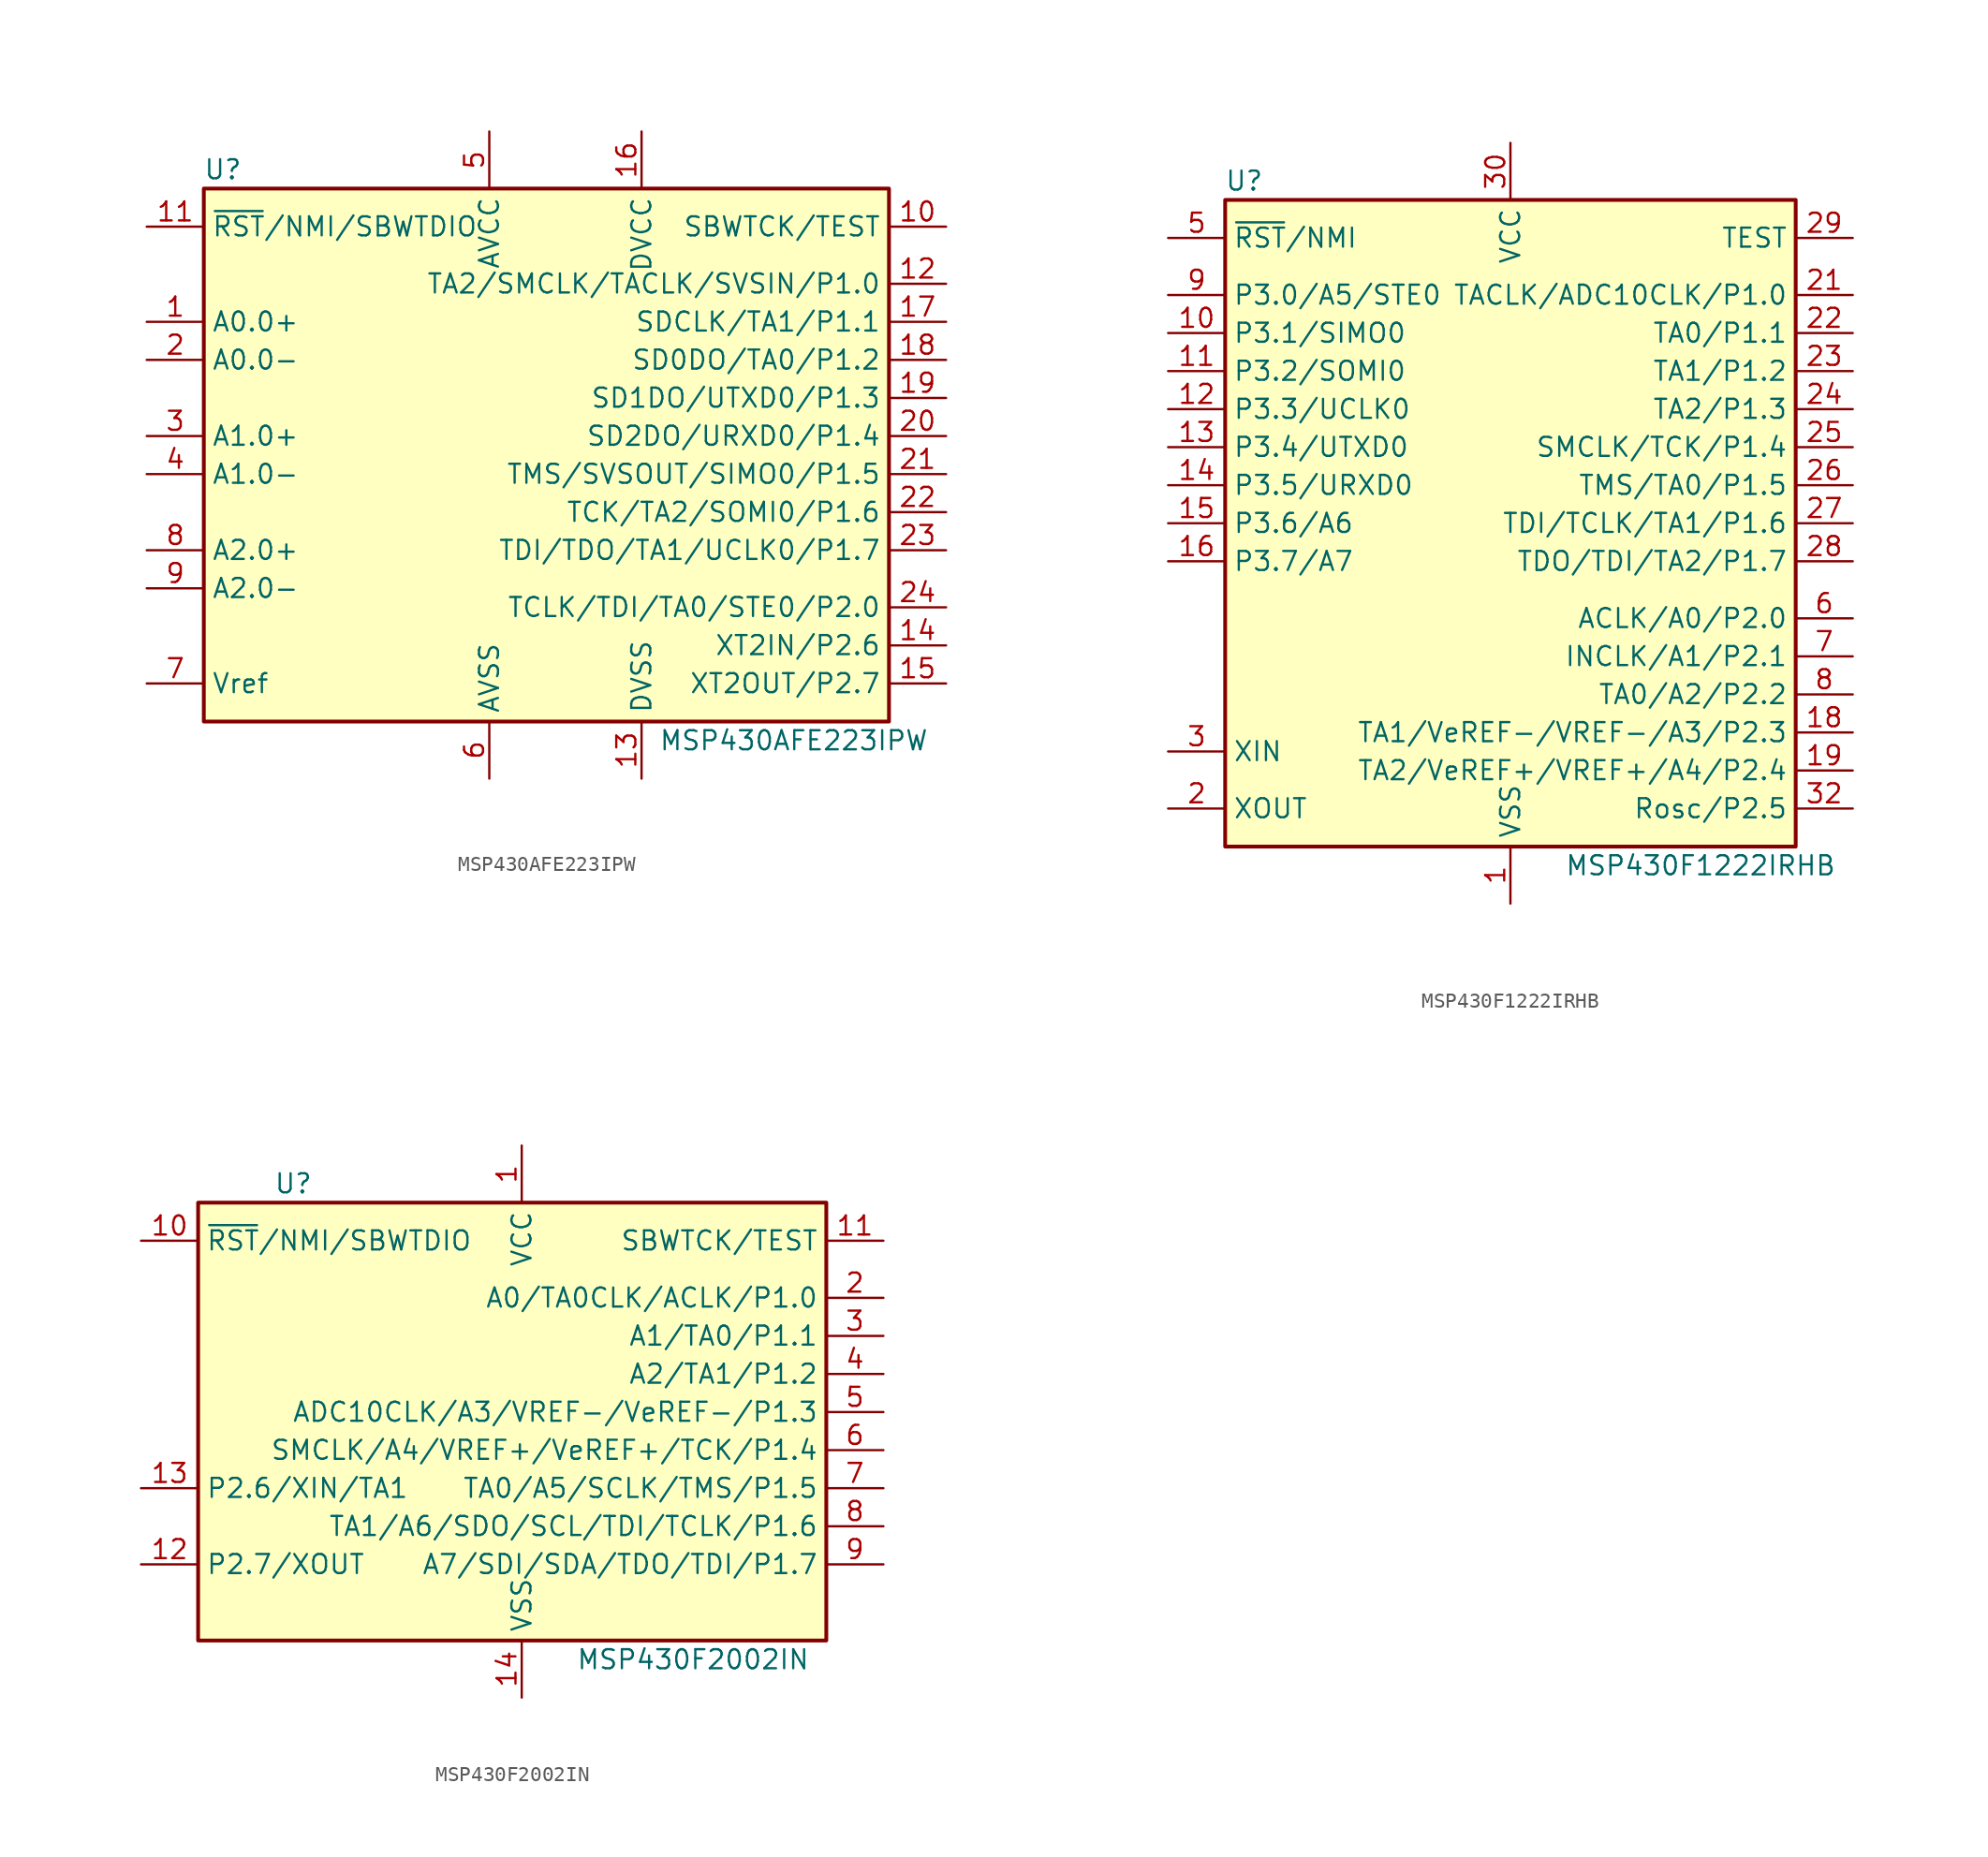
<source format=kicad_sym>
(kicad_symbol_lib
  (version 20241209)
  (generator "kicad_symbol_editor")
  (generator_version "9.0")
  (symbol "MSP430AFE223IPW"
    (property "Reference" "U"
      (at -22.86 19.05 0)
      (effects (font (size 1.27 1.27))))
    (property "Value" "MSP430AFE223IPW"
      (at 15.24 -19.05 0)
      (effects (font (size 1.27 1.27))))
    (symbol "MSP430AFE223IPW_0_1"
      (rectangle (start -24.13 17.78) (end 21.59 -17.78) (stroke (width 0.254) (type default)) (fill (type background))))
    (symbol "MSP430AFE223IPW_1_1"
      (pin input line (at -27.94 15.24 0) (length 3.81) (name "~{RST}/NMI/SBWTDIO" (effects (font (size 1.27 1.27)))) (number "11" (effects (font (size 1.27 1.27)))))
      (pin passive line (at -27.94 8.89 0) (length 3.81) (name "A0.0+" (effects (font (size 1.27 1.27)))) (number "1" (effects (font (size 1.27 1.27)))))
      (pin passive line (at -27.94 6.35 0) (length 3.81) (name "A0.0-" (effects (font (size 1.27 1.27)))) (number "2" (effects (font (size 1.27 1.27)))))
      (pin passive line (at -27.94 1.27 0) (length 3.81) (name "A1.0+" (effects (font (size 1.27 1.27)))) (number "3" (effects (font (size 1.27 1.27)))))
      (pin passive line (at -27.94 -1.27 0) (length 3.81) (name "A1.0-" (effects (font (size 1.27 1.27)))) (number "4" (effects (font (size 1.27 1.27)))))
      (pin passive line (at -27.94 -6.35 0) (length 3.81) (name "A2.0+" (effects (font (size 1.27 1.27)))) (number "8" (effects (font (size 1.27 1.27)))))
      (pin passive line (at -27.94 -8.89 0) (length 3.81) (name "A2.0-" (effects (font (size 1.27 1.27)))) (number "9" (effects (font (size 1.27 1.27)))))
      (pin passive line (at -27.94 -15.24 0) (length 3.81) (name "Vref" (effects (font (size 1.27 1.27)))) (number "7" (effects (font (size 1.27 1.27)))))
      (pin power_in line (at -5.08 21.59 270) (length 3.81) (name "AVCC" (effects (font (size 1.27 1.27)))) (number "5" (effects (font (size 1.27 1.27)))))
      (pin power_in line (at -5.08 -21.59 90) (length 3.81) (name "AVSS" (effects (font (size 1.27 1.27)))) (number "6" (effects (font (size 1.27 1.27)))))
      (pin power_in line (at 5.08 21.59 270) (length 3.81) (name "DVCC" (effects (font (size 1.27 1.27)))) (number "16" (effects (font (size 1.27 1.27)))))
      (pin power_in line (at 5.08 -21.59 90) (length 3.81) (name "DVSS" (effects (font (size 1.27 1.27)))) (number "13" (effects (font (size 1.27 1.27)))))
      (pin input line (at 25.4 15.24 180) (length 3.81) (name "SBWTCK/TEST" (effects (font (size 1.27 1.27)))) (number "10" (effects (font (size 1.27 1.27)))))
      (pin bidirectional line (at 25.4 11.43 180) (length 3.81) (name "TA2/SMCLK/TACLK/SVSIN/P1.0" (effects (font (size 1.27 1.27)))) (number "12" (effects (font (size 1.27 1.27)))))
      (pin bidirectional line (at 25.4 8.89 180) (length 3.81) (name "SDCLK/TA1/P1.1" (effects (font (size 1.27 1.27)))) (number "17" (effects (font (size 1.27 1.27)))))
      (pin bidirectional line (at 25.4 6.35 180) (length 3.81) (name "SD0DO/TA0/P1.2" (effects (font (size 1.27 1.27)))) (number "18" (effects (font (size 1.27 1.27)))))
      (pin bidirectional line (at 25.4 3.81 180) (length 3.81) (name "SD1DO/UTXD0/P1.3" (effects (font (size 1.27 1.27)))) (number "19" (effects (font (size 1.27 1.27)))))
      (pin bidirectional line (at 25.4 1.27 180) (length 3.81) (name "SD2DO/URXD0/P1.4" (effects (font (size 1.27 1.27)))) (number "20" (effects (font (size 1.27 1.27)))))
      (pin bidirectional line (at 25.4 -1.27 180) (length 3.81) (name "TMS/SVSOUT/SIMO0/P1.5" (effects (font (size 1.27 1.27)))) (number "21" (effects (font (size 1.27 1.27)))))
      (pin bidirectional line (at 25.4 -3.81 180) (length 3.81) (name "TCK/TA2/SOMI0/P1.6" (effects (font (size 1.27 1.27)))) (number "22" (effects (font (size 1.27 1.27)))))
      (pin bidirectional line (at 25.4 -6.35 180) (length 3.81) (name "TDI/TDO/TA1/UCLK0/P1.7" (effects (font (size 1.27 1.27)))) (number "23" (effects (font (size 1.27 1.27)))))
      (pin bidirectional line (at 25.4 -10.16 180) (length 3.81) (name "TCLK/TDI/TA0/STE0/P2.0" (effects (font (size 1.27 1.27)))) (number "24" (effects (font (size 1.27 1.27)))))
      (pin bidirectional line (at 25.4 -12.7 180) (length 3.81) (name "XT2IN/P2.6" (effects (font (size 1.27 1.27)))) (number "14" (effects (font (size 1.27 1.27)))))
      (pin bidirectional line (at 25.4 -15.24 180) (length 3.81) (name "XT2OUT/P2.7" (effects (font (size 1.27 1.27)))) (number "15" (effects (font (size 1.27 1.27)))))))
  (symbol "MSP430F1222IRHB"
    (property "Reference" "U"
      (at -17.78 22.86 0)
      (effects (font (size 1.27 1.27))))
    (property "Value" "MSP430F1222IRHB"
      (at 12.7 -22.86 0)
      (effects (font (size 1.27 1.27))))
    (symbol "MSP430F1222IRHB_0_1"
      (rectangle (start -19.05 21.59) (end 19.05 -21.59) (stroke (width 0.254) (type default)) (fill (type background))))
    (symbol "MSP430F1222IRHB_1_1"
      (pin input line (at -22.86 19.05 0) (length 3.81) (name "~{RST}/NMI" (effects (font (size 1.27 1.27)))) (number "5" (effects (font (size 1.27 1.27)))))
      (pin bidirectional line (at -22.86 15.24 0) (length 3.81) (name "P3.0/A5/STE0" (effects (font (size 1.27 1.27)))) (number "9" (effects (font (size 1.27 1.27)))))
      (pin bidirectional line (at -22.86 12.7 0) (length 3.81) (name "P3.1/SIMO0" (effects (font (size 1.27 1.27)))) (number "10" (effects (font (size 1.27 1.27)))))
      (pin bidirectional line (at -22.86 10.16 0) (length 3.81) (name "P3.2/SOMI0" (effects (font (size 1.27 1.27)))) (number "11" (effects (font (size 1.27 1.27)))))
      (pin bidirectional line (at -22.86 7.62 0) (length 3.81) (name "P3.3/UCLK0" (effects (font (size 1.27 1.27)))) (number "12" (effects (font (size 1.27 1.27)))))
      (pin bidirectional line (at -22.86 5.08 0) (length 3.81) (name "P3.4/UTXD0" (effects (font (size 1.27 1.27)))) (number "13" (effects (font (size 1.27 1.27)))))
      (pin bidirectional line (at -22.86 2.54 0) (length 3.81) (name "P3.5/URXD0" (effects (font (size 1.27 1.27)))) (number "14" (effects (font (size 1.27 1.27)))))
      (pin bidirectional line (at -22.86 0 0) (length 3.81) (name "P3.6/A6" (effects (font (size 1.27 1.27)))) (number "15" (effects (font (size 1.27 1.27)))))
      (pin bidirectional line (at -22.86 -2.54 0) (length 3.81) (name "P3.7/A7" (effects (font (size 1.27 1.27)))) (number "16" (effects (font (size 1.27 1.27)))))
      (pin input line (at -22.86 -15.24 0) (length 3.81) (name "XIN" (effects (font (size 1.27 1.27)))) (number "3" (effects (font (size 1.27 1.27)))))
      (pin output line (at -22.86 -19.05 0) (length 3.81) (name "XOUT" (effects (font (size 1.27 1.27)))) (number "2" (effects (font (size 1.27 1.27)))))
      (pin power_in line (at 0 25.4 270) (length 3.81) (name "VCC" (effects (font (size 1.27 1.27)))) (number "30" (effects (font (size 1.27 1.27)))))
      (pin power_in line (at 0 -25.4 90) (length 3.81) (name "VSS" (effects (font (size 1.27 1.27)))) (number "1" (effects (font (size 1.27 1.27)))))
      (pin input line (at 22.86 19.05 180) (length 3.81) (name "TEST" (effects (font (size 1.27 1.27)))) (number "29" (effects (font (size 1.27 1.27)))))
      (pin bidirectional line (at 22.86 15.24 180) (length 3.81) (name "TACLK/ADC10CLK/P1.0" (effects (font (size 1.27 1.27)))) (number "21" (effects (font (size 1.27 1.27)))))
      (pin bidirectional line (at 22.86 12.7 180) (length 3.81) (name "TA0/P1.1" (effects (font (size 1.27 1.27)))) (number "22" (effects (font (size 1.27 1.27)))))
      (pin bidirectional line (at 22.86 10.16 180) (length 3.81) (name "TA1/P1.2" (effects (font (size 1.27 1.27)))) (number "23" (effects (font (size 1.27 1.27)))))
      (pin bidirectional line (at 22.86 7.62 180) (length 3.81) (name "TA2/P1.3" (effects (font (size 1.27 1.27)))) (number "24" (effects (font (size 1.27 1.27)))))
      (pin bidirectional line (at 22.86 5.08 180) (length 3.81) (name "SMCLK/TCK/P1.4" (effects (font (size 1.27 1.27)))) (number "25" (effects (font (size 1.27 1.27)))))
      (pin bidirectional line (at 22.86 2.54 180) (length 3.81) (name "TMS/TA0/P1.5" (effects (font (size 1.27 1.27)))) (number "26" (effects (font (size 1.27 1.27)))))
      (pin bidirectional line (at 22.86 0 180) (length 3.81) (name "TDI/TCLK/TA1/P1.6" (effects (font (size 1.27 1.27)))) (number "27" (effects (font (size 1.27 1.27)))))
      (pin bidirectional line (at 22.86 -2.54 180) (length 3.81) (name "TDO/TDI/TA2/P1.7" (effects (font (size 1.27 1.27)))) (number "28" (effects (font (size 1.27 1.27)))))
      (pin bidirectional line (at 22.86 -6.35 180) (length 3.81) (name "ACLK/A0/P2.0" (effects (font (size 1.27 1.27)))) (number "6" (effects (font (size 1.27 1.27)))))
      (pin bidirectional line (at 22.86 -8.89 180) (length 3.81) (name "INCLK/A1/P2.1" (effects (font (size 1.27 1.27)))) (number "7" (effects (font (size 1.27 1.27)))))
      (pin bidirectional line (at 22.86 -11.43 180) (length 3.81) (name "TA0/A2/P2.2" (effects (font (size 1.27 1.27)))) (number "8" (effects (font (size 1.27 1.27)))))
      (pin bidirectional line (at 22.86 -13.97 180) (length 3.81) (name "TA1/VeREF-/VREF-/A3/P2.3" (effects (font (size 1.27 1.27)))) (number "18" (effects (font (size 1.27 1.27)))))
      (pin bidirectional line (at 22.86 -16.51 180) (length 3.81) (name "TA2/VeREF+/VREF+/A4/P2.4" (effects (font (size 1.27 1.27)))) (number "19" (effects (font (size 1.27 1.27)))))
      (pin bidirectional line (at 22.86 -19.05 180) (length 3.81) (name "Rosc/P2.5" (effects (font (size 1.27 1.27)))) (number "32" (effects (font (size 1.27 1.27)))))))
  (symbol "MSP430F2002IN"
    (property "Reference" "U"
      (at -15.24 15.24 0)
      (effects (font (size 1.27 1.27))))
    (property "Value" "MSP430F2002IN"
      (at 11.43 -16.51 0)
      (effects (font (size 1.27 1.27))))
    (symbol "MSP430F2002IN_0_1"
      (rectangle (start -21.59 13.97) (end 20.32 -15.24) (stroke (width 0.254) (type default)) (fill (type background))))
    (symbol "MSP430F2002IN_1_1"
      (pin input line (at -25.4 11.43 0) (length 3.81) (name "~{RST}/NMI/SBWTDIO" (effects (font (size 1.27 1.27)))) (number "10" (effects (font (size 1.27 1.27)))))
      (pin bidirectional line (at -25.4 -5.08 0) (length 3.81) (name "P2.6/XIN/TA1" (effects (font (size 1.27 1.27)))) (number "13" (effects (font (size 1.27 1.27)))))
      (pin bidirectional line (at -25.4 -10.16 0) (length 3.81) (name "P2.7/XOUT" (effects (font (size 1.27 1.27)))) (number "12" (effects (font (size 1.27 1.27)))))
      (pin power_in line (at 0 17.78 270) (length 3.81) (name "VCC" (effects (font (size 1.27 1.27)))) (number "1" (effects (font (size 1.27 1.27)))))
      (pin power_in line (at 0 -19.05 90) (length 3.81) (name "VSS" (effects (font (size 1.27 1.27)))) (number "14" (effects (font (size 1.27 1.27)))))
      (pin input line (at 24.13 11.43 180) (length 3.81) (name "SBWTCK/TEST" (effects (font (size 1.27 1.27)))) (number "11" (effects (font (size 1.27 1.27)))))
      (pin bidirectional line (at 24.13 7.62 180) (length 3.81) (name "A0/TA0CLK/ACLK/P1.0" (effects (font (size 1.27 1.27)))) (number "2" (effects (font (size 1.27 1.27)))))
      (pin bidirectional line (at 24.13 5.08 180) (length 3.81) (name "A1/TA0/P1.1" (effects (font (size 1.27 1.27)))) (number "3" (effects (font (size 1.27 1.27)))))
      (pin bidirectional line (at 24.13 2.54 180) (length 3.81) (name "A2/TA1/P1.2" (effects (font (size 1.27 1.27)))) (number "4" (effects (font (size 1.27 1.27)))))
      (pin bidirectional line (at 24.13 0 180) (length 3.81) (name "ADC10CLK/A3/VREF-/VeREF-/P1.3" (effects (font (size 1.27 1.27)))) (number "5" (effects (font (size 1.27 1.27)))))
      (pin bidirectional line (at 24.13 -2.54 180) (length 3.81) (name "SMCLK/A4/VREF+/VeREF+/TCK/P1.4" (effects (font (size 1.27 1.27)))) (number "6" (effects (font (size 1.27 1.27)))))
      (pin bidirectional line (at 24.13 -5.08 180) (length 3.81) (name "TA0/A5/SCLK/TMS/P1.5" (effects (font (size 1.27 1.27)))) (number "7" (effects (font (size 1.27 1.27)))))
      (pin bidirectional line (at 24.13 -7.62 180) (length 3.81) (name "TA1/A6/SDO/SCL/TDI/TCLK/P1.6" (effects (font (size 1.27 1.27)))) (number "8" (effects (font (size 1.27 1.27)))))
      (pin bidirectional line (at 24.13 -10.16 180) (length 3.81) (name "A7/SDI/SDA/TDO/TDI/P1.7" (effects (font (size 1.27 1.27)))) (number "9" (effects (font (size 1.27 1.27))))))))
</source>
